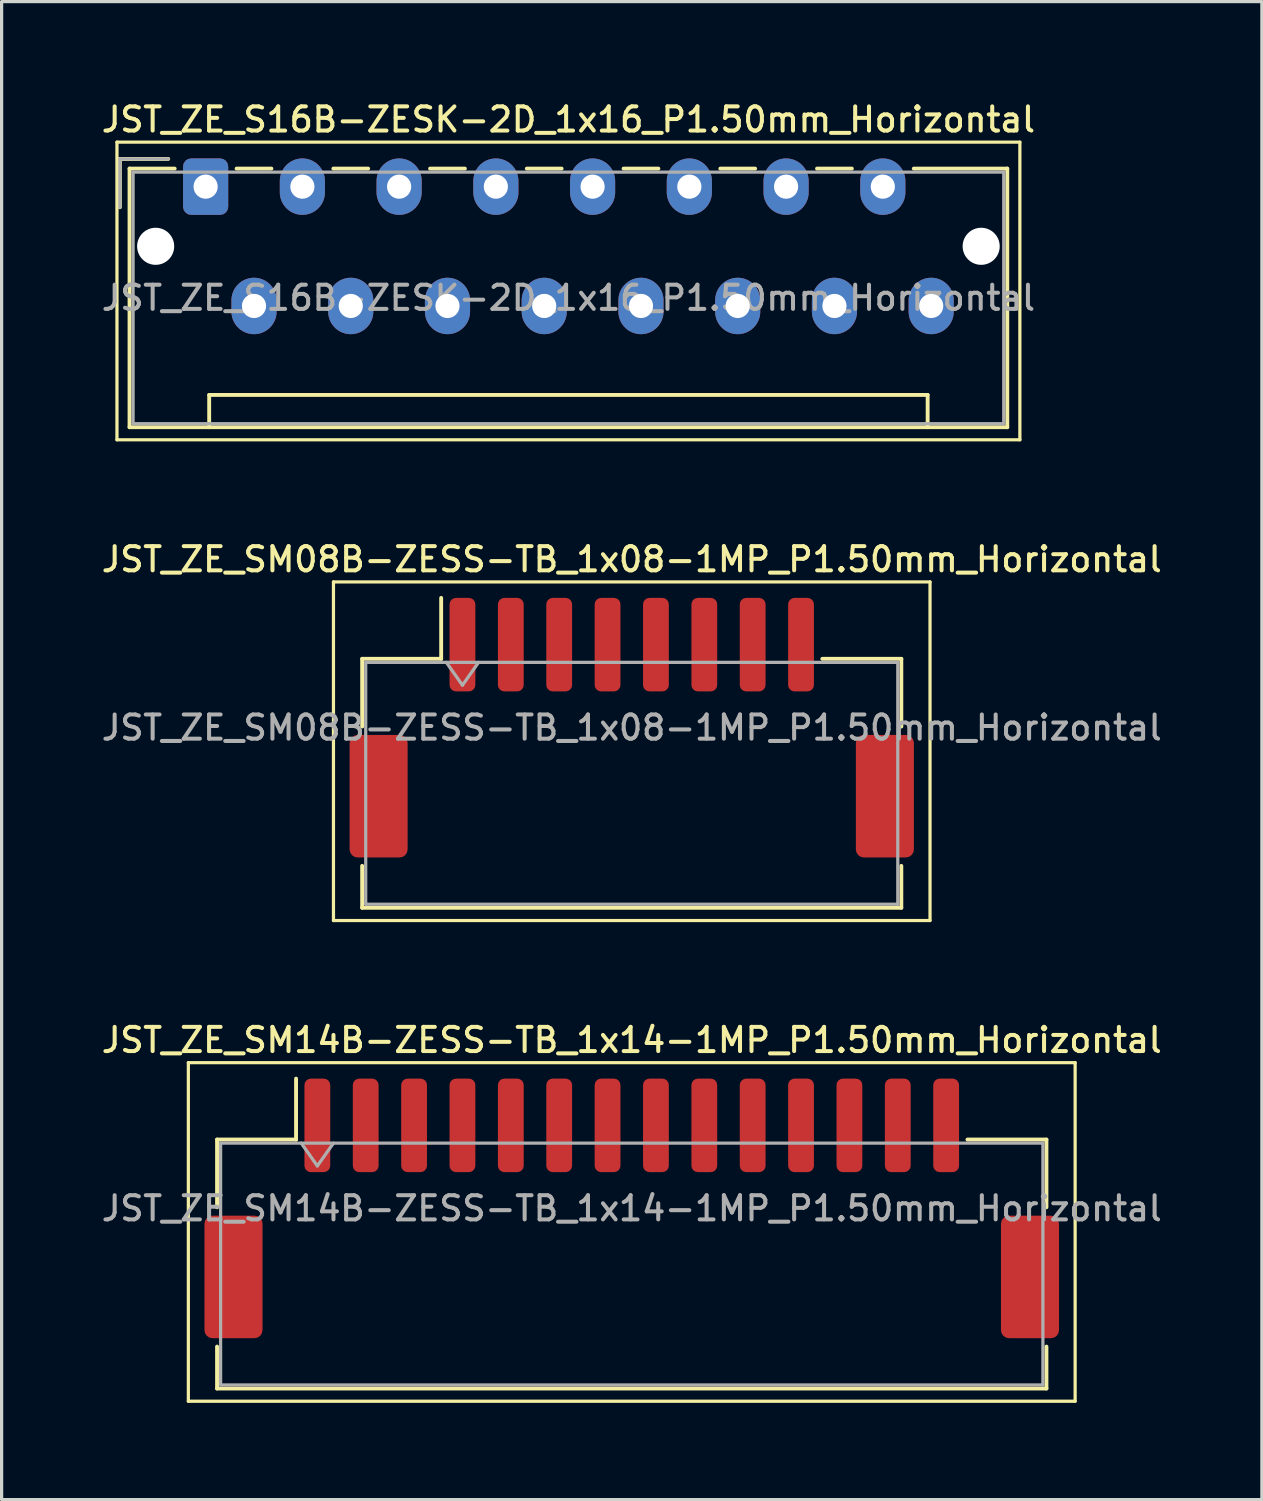
<source format=kicad_pcb>
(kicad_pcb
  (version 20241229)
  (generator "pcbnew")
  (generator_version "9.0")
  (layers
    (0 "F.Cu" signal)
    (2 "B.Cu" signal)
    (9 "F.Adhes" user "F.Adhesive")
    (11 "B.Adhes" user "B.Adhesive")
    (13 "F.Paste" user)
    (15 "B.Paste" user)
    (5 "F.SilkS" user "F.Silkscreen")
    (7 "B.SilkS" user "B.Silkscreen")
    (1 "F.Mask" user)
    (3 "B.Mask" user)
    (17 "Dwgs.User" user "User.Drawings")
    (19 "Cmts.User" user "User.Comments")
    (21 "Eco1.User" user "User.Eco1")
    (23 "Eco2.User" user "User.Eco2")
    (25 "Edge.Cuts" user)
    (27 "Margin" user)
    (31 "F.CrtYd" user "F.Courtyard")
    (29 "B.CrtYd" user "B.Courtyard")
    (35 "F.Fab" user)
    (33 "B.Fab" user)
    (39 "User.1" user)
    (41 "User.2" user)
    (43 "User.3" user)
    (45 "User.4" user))
  (footprint "JST_ZE_SM08B-ZESS-TB_1x08-1MP_P1.50mm_Horizontal"
    (layer "F.Cu")
    (at 16.541 19.516)
    (property "Reference" "JST_ZE_SM08B-ZESS-TB_1x08-1MP_P1.50mm_Horizontal" (at 0 -5.22 0) (layer "F.SilkS") (effects (font (size 0.75 0.75) (thickness 0.125))))
    (attr smd)
    (fp_line (start -9.25 -4.52) (end -9.25 5.98) (stroke (width 0.1) (type solid)) (layer "F.SilkS"))
    (fp_line (start -9.25 5.98) (end 9.25 5.98) (stroke (width 0.1) (type solid)) (layer "F.SilkS"))
    (fp_line (start -8.36 -2.135) (end -5.91 -2.135) (stroke (width 0.12) (type solid)) (layer "F.SilkS"))
    (fp_line (start -8.36 -0.035) (end -8.36 -2.135) (stroke (width 0.12) (type solid)) (layer "F.SilkS"))
    (fp_line (start -8.36 4.285) (end -8.36 5.585) (stroke (width 0.12) (type solid)) (layer "F.SilkS"))
    (fp_line (start -8.36 5.585) (end 8.36 5.585) (stroke (width 0.12) (type solid)) (layer "F.SilkS"))
    (fp_line (start -5.91 -2.135) (end -5.91 -4.025) (stroke (width 0.12) (type solid)) (layer "F.SilkS"))
    (fp_line (start 8.36 -2.135) (end 5.91 -2.135) (stroke (width 0.12) (type solid)) (layer "F.SilkS"))
    (fp_line (start 8.36 -0.035) (end 8.36 -2.135) (stroke (width 0.12) (type solid)) (layer "F.SilkS"))
    (fp_line (start 8.36 5.585) (end 8.36 4.285) (stroke (width 0.12) (type solid)) (layer "F.SilkS"))
    (fp_line (start 9.25 -4.52) (end -9.25 -4.52) (stroke (width 0.1) (type solid)) (layer "F.SilkS"))
    (fp_line (start 9.25 5.98) (end 9.25 -4.52) (stroke (width 0.1) (type solid)) (layer "F.SilkS"))
    (fp_line (start -8.25 -2.025) (end -8.25 5.475) (stroke (width 0.1) (type solid)) (layer "F.Fab"))
    (fp_line (start -8.25 -2.025) (end 8.25 -2.025) (stroke (width 0.1) (type solid)) (layer "F.Fab"))
    (fp_line (start -8.25 5.475) (end 8.25 5.475) (stroke (width 0.1) (type solid)) (layer "F.Fab"))
    (fp_line (start -5.75 -2.025) (end -5.25 -1.318) (stroke (width 0.1) (type solid)) (layer "F.Fab"))
    (fp_line (start -5.25 -1.318) (end -4.75 -2.025) (stroke (width 0.1) (type solid)) (layer "F.Fab"))
    (fp_line (start 8.25 -2.025) (end 8.25 5.475) (stroke (width 0.1) (type solid)) (layer "F.Fab"))
    (fp_text user "${REFERENCE}" (at 0 0 0) (layer "F.Fab") (effects (font (size 0.75 0.75) (thickness 0.125))))
    (pad "1" smd roundrect (at -5.25 -2.575) (size 0.8 2.9) (layers "F.Cu" "F.Mask" "F.Paste") (roundrect_rratio 0.25))
    (pad "2" smd roundrect (at -3.75 -2.575) (size 0.8 2.9) (layers "F.Cu" "F.Mask" "F.Paste") (roundrect_rratio 0.25))
    (pad "3" smd roundrect (at -2.25 -2.575) (size 0.8 2.9) (layers "F.Cu" "F.Mask" "F.Paste") (roundrect_rratio 0.25))
    (pad "4" smd roundrect (at -0.75 -2.575) (size 0.8 2.9) (layers "F.Cu" "F.Mask" "F.Paste") (roundrect_rratio 0.25))
    (pad "5" smd roundrect (at 0.75 -2.575) (size 0.8 2.9) (layers "F.Cu" "F.Mask" "F.Paste") (roundrect_rratio 0.25))
    (pad "6" smd roundrect (at 2.25 -2.575) (size 0.8 2.9) (layers "F.Cu" "F.Mask" "F.Paste") (roundrect_rratio 0.25))
    (pad "7" smd roundrect (at 3.75 -2.575) (size 0.8 2.9) (layers "F.Cu" "F.Mask" "F.Paste") (roundrect_rratio 0.25))
    (pad "8" smd roundrect (at 5.25 -2.575) (size 0.8 2.9) (layers "F.Cu" "F.Mask" "F.Paste") (roundrect_rratio 0.25))
    (pad "MP" smd roundrect (at -7.85 2.125) (size 1.8 3.8) (layers "F.Cu" "F.Mask" "F.Paste") (roundrect_rratio 0.139))
    (pad "MP" smd roundrect (at 7.85 2.125) (size 1.8 3.8) (layers "F.Cu" "F.Mask" "F.Paste") (roundrect_rratio 0.139)))
  (footprint "JST_ZE_S16B-ZESK-2D_1x16_P1.50mm_Horizontal"
    (layer "F.Cu")
    (at 3.327 2.738)
    (property "Reference" "JST_ZE_S16B-ZESK-2D_1x16_P1.50mm_Horizontal" (at 11.25 -2.08 0) (layer "F.SilkS") (effects (font (size 0.75 0.75) (thickness 0.125))))
    (attr through_hole)
    (fp_line (start -2.75 -1.38) (end -2.75 7.85) (stroke (width 0.1) (type solid)) (layer "F.SilkS"))
    (fp_line (start -2.75 7.85) (end 25.25 7.85) (stroke (width 0.1) (type solid)) (layer "F.SilkS"))
    (fp_line (start -2.66 -0.86) (end -1.16 -0.86) (stroke (width 0.12) (type solid)) (layer "F.SilkS"))
    (fp_line (start -2.66 0.64) (end -2.66 -0.86) (stroke (width 0.12) (type solid)) (layer "F.SilkS"))
    (fp_line (start -2.36 -0.56) (end -2.36 7.46) (stroke (width 0.12) (type solid)) (layer "F.SilkS"))
    (fp_line (start -2.36 7.46) (end 24.86 7.46) (stroke (width 0.12) (type solid)) (layer "F.SilkS"))
    (fp_line (start -0.96 -0.56) (end -2.36 -0.56) (stroke (width 0.12) (type solid)) (layer "F.SilkS"))
    (fp_line (start 0.11 6.46) (end 22.39 6.46) (stroke (width 0.12) (type solid)) (layer "F.SilkS"))
    (fp_line (start 0.11 7.46) (end 0.11 6.46) (stroke (width 0.12) (type solid)) (layer "F.SilkS"))
    (fp_line (start 0.96 -0.56) (end 2.04 -0.56) (stroke (width 0.12) (type solid)) (layer "F.SilkS"))
    (fp_line (start 3.96 -0.56) (end 5.04 -0.56) (stroke (width 0.12) (type solid)) (layer "F.SilkS"))
    (fp_line (start 6.96 -0.56) (end 8.04 -0.56) (stroke (width 0.12) (type solid)) (layer "F.SilkS"))
    (fp_line (start 9.96 -0.56) (end 11.04 -0.56) (stroke (width 0.12) (type solid)) (layer "F.SilkS"))
    (fp_line (start 12.96 -0.56) (end 14.04 -0.56) (stroke (width 0.12) (type solid)) (layer "F.SilkS"))
    (fp_line (start 15.96 -0.56) (end 17.04 -0.56) (stroke (width 0.12) (type solid)) (layer "F.SilkS"))
    (fp_line (start 18.96 -0.56) (end 20.04 -0.56) (stroke (width 0.12) (type solid)) (layer "F.SilkS"))
    (fp_line (start 22.39 6.46) (end 22.39 7.46) (stroke (width 0.12) (type solid)) (layer "F.SilkS"))
    (fp_line (start 24.86 -0.56) (end 21.96 -0.56) (stroke (width 0.12) (type solid)) (layer "F.SilkS"))
    (fp_line (start 24.86 7.46) (end 24.86 -0.56) (stroke (width 0.12) (type solid)) (layer "F.SilkS"))
    (fp_line (start 25.25 -1.38) (end -2.75 -1.38) (stroke (width 0.1) (type solid)) (layer "F.SilkS"))
    (fp_line (start 25.25 7.85) (end 25.25 -1.38) (stroke (width 0.1) (type solid)) (layer "F.SilkS"))
    (fp_line (start -2.66 -0.86) (end -1.16 -0.86) (stroke (width 0.1) (type solid)) (layer "F.Fab"))
    (fp_line (start -2.66 0.64) (end -2.66 -0.86) (stroke (width 0.1) (type solid)) (layer "F.Fab"))
    (fp_line (start -2.25 -0.45) (end -2.25 7.35) (stroke (width 0.1) (type solid)) (layer "F.Fab"))
    (fp_line (start -2.25 7.35) (end 24.75 7.35) (stroke (width 0.1) (type solid)) (layer "F.Fab"))
    (fp_line (start 24.75 -0.45) (end -2.25 -0.45) (stroke (width 0.1) (type solid)) (layer "F.Fab"))
    (fp_line (start 24.75 7.35) (end 24.75 -0.45) (stroke (width 0.1) (type solid)) (layer "F.Fab"))
    (fp_text user "${REFERENCE}" (at 11.25 3.45 0) (layer "F.Fab") (effects (font (size 0.75 0.75) (thickness 0.125))))
    (pad "" np_thru_hole circle (at -1.55 1.85) (size 1.15 1.15) (drill 1.15) (layers "*.Cu" "*.Mask"))
    (pad "" np_thru_hole circle (at 24.05 1.85) (size 1.15 1.15) (drill 1.15) (layers "*.Cu" "*.Mask"))
    (pad "1" thru_hole roundrect (at 0 0) (size 1.4 1.75) (drill 0.75) (layers "*.Cu" "*.Mask") (roundrect_rratio 0.179))
    (pad "2" thru_hole oval (at 1.5 3.7) (size 1.4 1.75) (drill 0.75) (layers "*.Cu" "*.Mask"))
    (pad "3" thru_hole oval (at 3 0) (size 1.4 1.75) (drill 0.75) (layers "*.Cu" "*.Mask"))
    (pad "4" thru_hole oval (at 4.5 3.7) (size 1.4 1.75) (drill 0.75) (layers "*.Cu" "*.Mask"))
    (pad "5" thru_hole oval (at 6 0) (size 1.4 1.75) (drill 0.75) (layers "*.Cu" "*.Mask"))
    (pad "6" thru_hole oval (at 7.5 3.7) (size 1.4 1.75) (drill 0.75) (layers "*.Cu" "*.Mask"))
    (pad "7" thru_hole oval (at 9 0) (size 1.4 1.75) (drill 0.75) (layers "*.Cu" "*.Mask"))
    (pad "8" thru_hole oval (at 10.5 3.7) (size 1.4 1.75) (drill 0.75) (layers "*.Cu" "*.Mask"))
    (pad "9" thru_hole oval (at 12 0) (size 1.4 1.75) (drill 0.75) (layers "*.Cu" "*.Mask"))
    (pad "10" thru_hole oval (at 13.5 3.7) (size 1.4 1.75) (drill 0.75) (layers "*.Cu" "*.Mask"))
    (pad "11" thru_hole oval (at 15 0) (size 1.4 1.75) (drill 0.75) (layers "*.Cu" "*.Mask"))
    (pad "12" thru_hole oval (at 16.5 3.7) (size 1.4 1.75) (drill 0.75) (layers "*.Cu" "*.Mask"))
    (pad "13" thru_hole oval (at 18 0) (size 1.4 1.75) (drill 0.75) (layers "*.Cu" "*.Mask"))
    (pad "14" thru_hole oval (at 19.5 3.7) (size 1.4 1.75) (drill 0.75) (layers "*.Cu" "*.Mask"))
    (pad "15" thru_hole oval (at 21 0) (size 1.4 1.75) (drill 0.75) (layers "*.Cu" "*.Mask"))
    (pad "16" thru_hole oval (at 22.5 3.7) (size 1.4 1.75) (drill 0.75) (layers "*.Cu" "*.Mask")))
  (footprint "JST_ZE_SM14B-ZESS-TB_1x14-1MP_P1.50mm_Horizontal"
    (layer "F.Cu")
    (at 16.541 34.424)
    (property "Reference" "JST_ZE_SM14B-ZESS-TB_1x14-1MP_P1.50mm_Horizontal" (at 0 -5.22 0) (layer "F.SilkS") (effects (font (size 0.75 0.75) (thickness 0.125))))
    (attr smd)
    (fp_line (start -13.75 -4.52) (end -13.75 5.98) (stroke (width 0.1) (type solid)) (layer "F.SilkS"))
    (fp_line (start -13.75 5.98) (end 13.75 5.98) (stroke (width 0.1) (type solid)) (layer "F.SilkS"))
    (fp_line (start -12.86 -2.135) (end -10.41 -2.135) (stroke (width 0.12) (type solid)) (layer "F.SilkS"))
    (fp_line (start -12.86 -0.035) (end -12.86 -2.135) (stroke (width 0.12) (type solid)) (layer "F.SilkS"))
    (fp_line (start -12.86 4.285) (end -12.86 5.585) (stroke (width 0.12) (type solid)) (layer "F.SilkS"))
    (fp_line (start -12.86 5.585) (end 12.86 5.585) (stroke (width 0.12) (type solid)) (layer "F.SilkS"))
    (fp_line (start -10.41 -2.135) (end -10.41 -4.025) (stroke (width 0.12) (type solid)) (layer "F.SilkS"))
    (fp_line (start 12.86 -2.135) (end 10.41 -2.135) (stroke (width 0.12) (type solid)) (layer "F.SilkS"))
    (fp_line (start 12.86 -0.035) (end 12.86 -2.135) (stroke (width 0.12) (type solid)) (layer "F.SilkS"))
    (fp_line (start 12.86 5.585) (end 12.86 4.285) (stroke (width 0.12) (type solid)) (layer "F.SilkS"))
    (fp_line (start 13.75 -4.52) (end -13.75 -4.52) (stroke (width 0.1) (type solid)) (layer "F.SilkS"))
    (fp_line (start 13.75 5.98) (end 13.75 -4.52) (stroke (width 0.1) (type solid)) (layer "F.SilkS"))
    (fp_line (start -12.75 -2.025) (end -12.75 5.475) (stroke (width 0.1) (type solid)) (layer "F.Fab"))
    (fp_line (start -12.75 -2.025) (end 12.75 -2.025) (stroke (width 0.1) (type solid)) (layer "F.Fab"))
    (fp_line (start -12.75 5.475) (end 12.75 5.475) (stroke (width 0.1) (type solid)) (layer "F.Fab"))
    (fp_line (start -10.25 -2.025) (end -9.75 -1.318) (stroke (width 0.1) (type solid)) (layer "F.Fab"))
    (fp_line (start -9.75 -1.318) (end -9.25 -2.025) (stroke (width 0.1) (type solid)) (layer "F.Fab"))
    (fp_line (start 12.75 -2.025) (end 12.75 5.475) (stroke (width 0.1) (type solid)) (layer "F.Fab"))
    (fp_text user "${REFERENCE}" (at 0 0 0) (layer "F.Fab") (effects (font (size 0.75 0.75) (thickness 0.125))))
    (pad "1" smd roundrect (at -9.75 -2.575) (size 0.8 2.9) (layers "F.Cu" "F.Mask" "F.Paste") (roundrect_rratio 0.25))
    (pad "2" smd roundrect (at -8.25 -2.575) (size 0.8 2.9) (layers "F.Cu" "F.Mask" "F.Paste") (roundrect_rratio 0.25))
    (pad "3" smd roundrect (at -6.75 -2.575) (size 0.8 2.9) (layers "F.Cu" "F.Mask" "F.Paste") (roundrect_rratio 0.25))
    (pad "4" smd roundrect (at -5.25 -2.575) (size 0.8 2.9) (layers "F.Cu" "F.Mask" "F.Paste") (roundrect_rratio 0.25))
    (pad "5" smd roundrect (at -3.75 -2.575) (size 0.8 2.9) (layers "F.Cu" "F.Mask" "F.Paste") (roundrect_rratio 0.25))
    (pad "6" smd roundrect (at -2.25 -2.575) (size 0.8 2.9) (layers "F.Cu" "F.Mask" "F.Paste") (roundrect_rratio 0.25))
    (pad "7" smd roundrect (at -0.75 -2.575) (size 0.8 2.9) (layers "F.Cu" "F.Mask" "F.Paste") (roundrect_rratio 0.25))
    (pad "8" smd roundrect (at 0.75 -2.575) (size 0.8 2.9) (layers "F.Cu" "F.Mask" "F.Paste") (roundrect_rratio 0.25))
    (pad "9" smd roundrect (at 2.25 -2.575) (size 0.8 2.9) (layers "F.Cu" "F.Mask" "F.Paste") (roundrect_rratio 0.25))
    (pad "10" smd roundrect (at 3.75 -2.575) (size 0.8 2.9) (layers "F.Cu" "F.Mask" "F.Paste") (roundrect_rratio 0.25))
    (pad "11" smd roundrect (at 5.25 -2.575) (size 0.8 2.9) (layers "F.Cu" "F.Mask" "F.Paste") (roundrect_rratio 0.25))
    (pad "12" smd roundrect (at 6.75 -2.575) (size 0.8 2.9) (layers "F.Cu" "F.Mask" "F.Paste") (roundrect_rratio 0.25))
    (pad "13" smd roundrect (at 8.25 -2.575) (size 0.8 2.9) (layers "F.Cu" "F.Mask" "F.Paste") (roundrect_rratio 0.25))
    (pad "14" smd roundrect (at 9.75 -2.575) (size 0.8 2.9) (layers "F.Cu" "F.Mask" "F.Paste") (roundrect_rratio 0.25))
    (pad "MP" smd roundrect (at -12.35 2.125) (size 1.8 3.8) (layers "F.Cu" "F.Mask" "F.Paste") (roundrect_rratio 0.139))
    (pad "MP" smd roundrect (at 12.35 2.125) (size 1.8 3.8) (layers "F.Cu" "F.Mask" "F.Paste") (roundrect_rratio 0.139)))
  (gr_rect
    (start -3 -3)
    (end 36.082 43.454)
    (stroke (width 0.1) (type default))
    (fill no)
    (layer "Edge.Cuts")))
</source>
